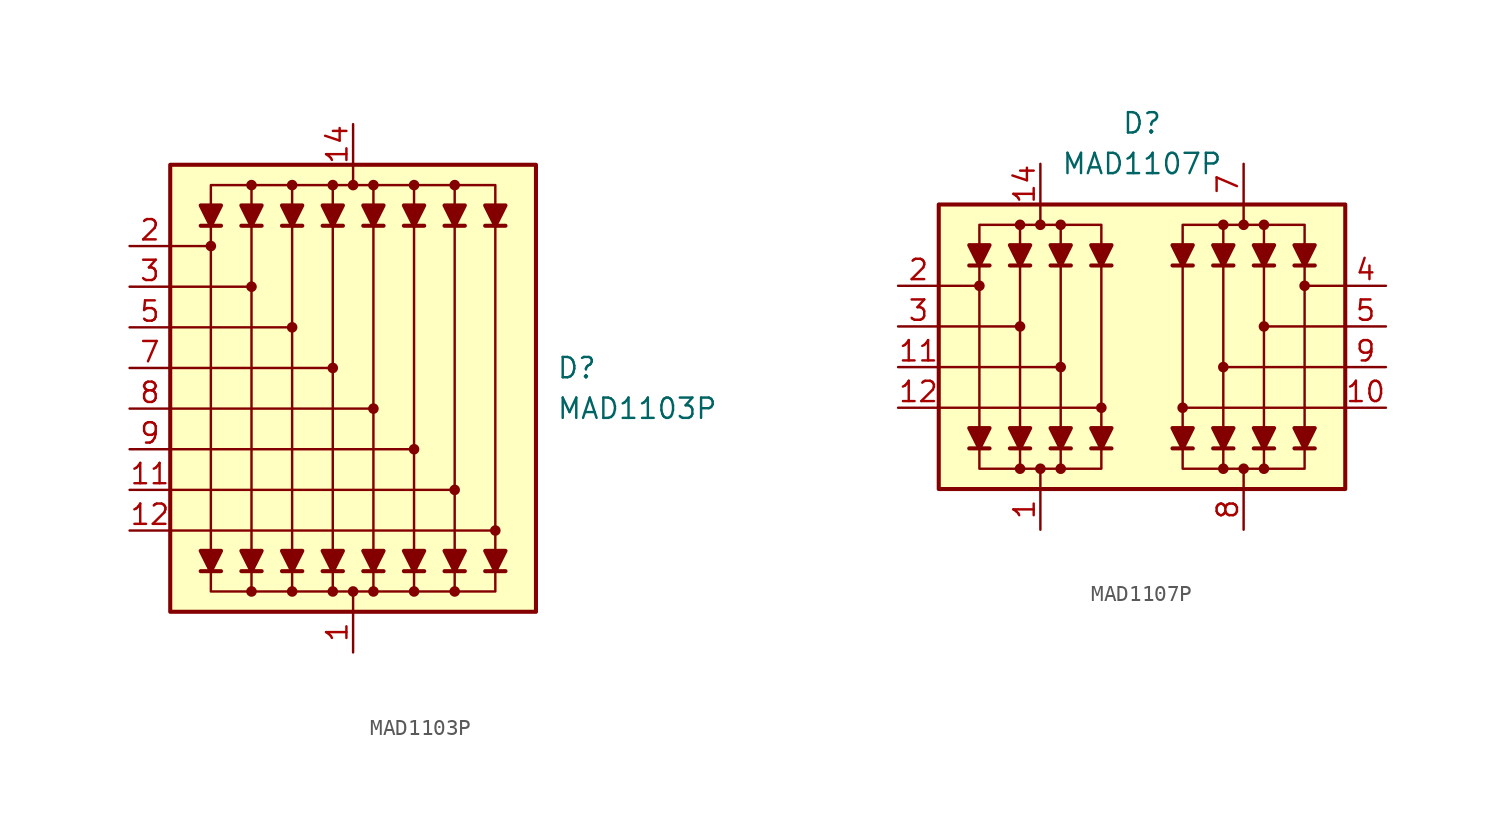
<source format=kicad_sym>
(kicad_symbol_lib
  (version 20231120)
  (generator "kicad_symbol_editor")
  (generator_version "8.0")
  (symbol "MAD1103P"
    (pin_names hide)
    (property "Reference" "D"
      (at 12.7 1.27 0)
      (effects (font (size 1.27 1.27)) (justify left)))
    (property "Value" "MAD1103P"
      (at 12.7 -1.27 0)
      (effects (font (size 1.27 1.27)) (justify left)))
    (symbol "MAD1103P_0_1"
      (rectangle (start -11.43 13.97) (end 11.43 -13.97) (stroke (width 0.254) (type default)) (fill (type background)))
      (circle (center -8.89 8.89) (radius 0.254) (stroke (width 0) (type default)) (fill (type outline)))
      (circle (center -6.35 -12.7) (radius 0.254) (stroke (width 0) (type default)) (fill (type outline)))
      (circle (center -6.35 6.35) (radius 0.254) (stroke (width 0) (type default)) (fill (type outline)))
      (circle (center -6.35 12.7) (radius 0.254) (stroke (width 0) (type default)) (fill (type outline)))
      (circle (center -3.81 -12.7) (radius 0.254) (stroke (width 0) (type default)) (fill (type outline)))
      (circle (center -3.81 3.81) (radius 0.254) (stroke (width 0) (type default)) (fill (type outline)))
      (circle (center -3.81 12.7) (radius 0.254) (stroke (width 0) (type default)) (fill (type outline)))
      (circle (center -1.27 -12.7) (radius 0.254) (stroke (width 0) (type default)) (fill (type outline)))
      (circle (center -1.27 1.27) (radius 0.254) (stroke (width 0) (type default)) (fill (type outline)))
      (circle (center -1.27 12.7) (radius 0.254) (stroke (width 0) (type default)) (fill (type outline)))
      (circle (center 0 -12.7) (radius 0.254) (stroke (width 0) (type default)) (fill (type outline)))
      (polyline (pts (xy -9.525 -11.43) (xy -8.255 -11.43)) (stroke (width 0.254) (type default)) (fill (type none)))
      (polyline (pts (xy -9.525 10.16) (xy -8.255 10.16)) (stroke (width 0.254) (type default)) (fill (type none)))
      (polyline (pts (xy -8.89 -10.16) (xy -8.89 10.16)) (stroke (width 0) (type default)) (fill (type none)))
      (polyline (pts (xy -8.89 8.89) (xy -11.43 8.89)) (stroke (width 0) (type default)) (fill (type none)))
      (polyline (pts (xy -6.985 -11.43) (xy -5.715 -11.43)) (stroke (width 0.254) (type default)) (fill (type none)))
      (polyline (pts (xy -6.985 10.16) (xy -5.715 10.16)) (stroke (width 0.254) (type default)) (fill (type none)))
      (polyline (pts (xy -6.35 -11.43) (xy -6.35 -12.7)) (stroke (width 0) (type default)) (fill (type none)))
      (polyline (pts (xy -6.35 -10.16) (xy -6.35 10.16)) (stroke (width 0) (type default)) (fill (type none)))
      (polyline (pts (xy -6.35 6.35) (xy -11.43 6.35)) (stroke (width 0) (type default)) (fill (type none)))
      (polyline (pts (xy -6.35 11.43) (xy -6.35 12.7)) (stroke (width 0) (type default)) (fill (type none)))
      (polyline (pts (xy -4.445 -11.43) (xy -3.175 -11.43)) (stroke (width 0.254) (type default)) (fill (type none)))
      (polyline (pts (xy -4.445 10.16) (xy -3.175 10.16)) (stroke (width 0.254) (type default)) (fill (type none)))
      (polyline (pts (xy -3.81 -11.43) (xy -3.81 -12.7)) (stroke (width 0) (type default)) (fill (type none)))
      (polyline (pts (xy -3.81 -10.16) (xy -3.81 10.16)) (stroke (width 0) (type default)) (fill (type none)))
      (polyline (pts (xy -3.81 3.81) (xy -11.43 3.81)) (stroke (width 0) (type default)) (fill (type none)))
      (polyline (pts (xy -3.81 11.43) (xy -3.81 12.7)) (stroke (width 0) (type default)) (fill (type none)))
      (polyline (pts (xy -1.905 -11.43) (xy -0.635 -11.43)) (stroke (width 0.254) (type default)) (fill (type none)))
      (polyline (pts (xy -1.905 10.16) (xy -0.635 10.16)) (stroke (width 0.254) (type default)) (fill (type none)))
      (polyline (pts (xy -1.27 -11.43) (xy -1.27 -12.7)) (stroke (width 0) (type default)) (fill (type none)))
      (polyline (pts (xy -1.27 -10.16) (xy -1.27 10.16)) (stroke (width 0) (type default)) (fill (type none)))
      (polyline (pts (xy -1.27 1.27) (xy -11.43 1.27)) (stroke (width 0) (type default)) (fill (type none)))
      (polyline (pts (xy -1.27 11.43) (xy -1.27 12.7)) (stroke (width 0) (type default)) (fill (type none)))
      (polyline (pts (xy 0 -13.97) (xy 0 -12.7)) (stroke (width 0) (type default)) (fill (type none)))
      (polyline (pts (xy 0 13.97) (xy 0 12.7)) (stroke (width 0) (type default)) (fill (type none)))
      (polyline (pts (xy 0.635 -11.43) (xy 1.905 -11.43)) (stroke (width 0.254) (type default)) (fill (type none)))
      (polyline (pts (xy 0.635 10.16) (xy 1.905 10.16)) (stroke (width 0.254) (type default)) (fill (type none)))
      (polyline (pts (xy 1.27 -11.43) (xy 1.27 -12.7)) (stroke (width 0) (type default)) (fill (type none)))
      (polyline (pts (xy 1.27 -10.16) (xy 1.27 10.16)) (stroke (width 0) (type default)) (fill (type none)))
      (polyline (pts (xy 1.27 -1.27) (xy -11.43 -1.27)) (stroke (width 0) (type default)) (fill (type none)))
      (polyline (pts (xy 1.27 11.43) (xy 1.27 12.7)) (stroke (width 0) (type default)) (fill (type none)))
      (polyline (pts (xy 3.175 -11.43) (xy 4.445 -11.43)) (stroke (width 0.254) (type default)) (fill (type none)))
      (polyline (pts (xy 3.175 10.16) (xy 4.445 10.16)) (stroke (width 0.254) (type default)) (fill (type none)))
      (polyline (pts (xy 3.81 -11.43) (xy 3.81 -12.7)) (stroke (width 0) (type default)) (fill (type none)))
      (polyline (pts (xy 3.81 -10.16) (xy 3.81 10.16)) (stroke (width 0) (type default)) (fill (type none)))
      (polyline (pts (xy 3.81 -3.81) (xy -11.43 -3.81)) (stroke (width 0) (type default)) (fill (type none)))
      (polyline (pts (xy 3.81 11.43) (xy 3.81 12.7)) (stroke (width 0) (type default)) (fill (type none)))
      (polyline (pts (xy 5.715 -11.43) (xy 6.985 -11.43)) (stroke (width 0.254) (type default)) (fill (type none)))
      (polyline (pts (xy 5.715 10.16) (xy 6.985 10.16)) (stroke (width 0.254) (type default)) (fill (type none)))
      (polyline (pts (xy 6.35 -11.43) (xy 6.35 -12.7)) (stroke (width 0) (type default)) (fill (type none)))
      (polyline (pts (xy 6.35 -10.16) (xy 6.35 10.16)) (stroke (width 0) (type default)) (fill (type none)))
      (polyline (pts (xy 6.35 -6.35) (xy -11.43 -6.35)) (stroke (width 0) (type default)) (fill (type none)))
      (polyline (pts (xy 6.35 11.43) (xy 6.35 12.7)) (stroke (width 0) (type default)) (fill (type none)))
      (polyline (pts (xy 8.255 -11.43) (xy 9.525 -11.43)) (stroke (width 0.254) (type default)) (fill (type none)))
      (polyline (pts (xy 8.255 10.16) (xy 9.525 10.16)) (stroke (width 0.254) (type default)) (fill (type none)))
      (polyline (pts (xy 8.89 -10.16) (xy 8.89 10.16)) (stroke (width 0) (type default)) (fill (type none)))
      (polyline (pts (xy 8.89 -8.89) (xy -11.43 -8.89)) (stroke (width 0) (type default)) (fill (type none)))
      (polyline (pts (xy -8.89 -11.43) (xy -9.525 -10.16) (xy -8.255 -10.16) (xy -8.89 -11.43)) (stroke (width 0.254) (type default)) (fill (type outline)))
      (polyline (pts (xy -8.89 10.16) (xy -9.525 11.43) (xy -8.255 11.43) (xy -8.89 10.16)) (stroke (width 0.254) (type default)) (fill (type outline)))
      (polyline (pts (xy -6.35 -11.43) (xy -6.985 -10.16) (xy -5.715 -10.16) (xy -6.35 -11.43)) (stroke (width 0.254) (type default)) (fill (type outline)))
      (polyline (pts (xy -6.35 10.16) (xy -6.985 11.43) (xy -5.715 11.43) (xy -6.35 10.16)) (stroke (width 0.254) (type default)) (fill (type outline)))
      (polyline (pts (xy -3.81 -11.43) (xy -4.445 -10.16) (xy -3.175 -10.16) (xy -3.81 -11.43)) (stroke (width 0.254) (type default)) (fill (type outline)))
      (polyline (pts (xy -3.81 10.16) (xy -4.445 11.43) (xy -3.175 11.43) (xy -3.81 10.16)) (stroke (width 0.254) (type default)) (fill (type outline)))
      (polyline (pts (xy -1.27 -11.43) (xy -1.905 -10.16) (xy -0.635 -10.16) (xy -1.27 -11.43)) (stroke (width 0.254) (type default)) (fill (type outline)))
      (polyline (pts (xy -1.27 10.16) (xy -1.905 11.43) (xy -0.635 11.43) (xy -1.27 10.16)) (stroke (width 0.254) (type default)) (fill (type outline)))
      (polyline (pts (xy 1.27 -11.43) (xy 0.635 -10.16) (xy 1.905 -10.16) (xy 1.27 -11.43)) (stroke (width 0.254) (type default)) (fill (type outline)))
      (polyline (pts (xy 1.27 10.16) (xy 0.635 11.43) (xy 1.905 11.43) (xy 1.27 10.16)) (stroke (width 0.254) (type default)) (fill (type outline)))
      (polyline (pts (xy 3.81 -11.43) (xy 3.175 -10.16) (xy 4.445 -10.16) (xy 3.81 -11.43)) (stroke (width 0.254) (type default)) (fill (type outline)))
      (polyline (pts (xy 3.81 10.16) (xy 3.175 11.43) (xy 4.445 11.43) (xy 3.81 10.16)) (stroke (width 0.254) (type default)) (fill (type outline)))
      (polyline (pts (xy 6.35 -11.43) (xy 5.715 -10.16) (xy 6.985 -10.16) (xy 6.35 -11.43)) (stroke (width 0.254) (type default)) (fill (type outline)))
      (polyline (pts (xy 6.35 10.16) (xy 5.715 11.43) (xy 6.985 11.43) (xy 6.35 10.16)) (stroke (width 0.254) (type default)) (fill (type outline)))
      (polyline (pts (xy 8.89 -11.43) (xy 8.255 -10.16) (xy 9.525 -10.16) (xy 8.89 -11.43)) (stroke (width 0.254) (type default)) (fill (type outline)))
      (polyline (pts (xy 8.89 -11.43) (xy 8.89 -12.7) (xy -8.89 -12.7) (xy -8.89 -11.43)) (stroke (width 0) (type default)) (fill (type none)))
      (polyline (pts (xy 8.89 10.16) (xy 8.255 11.43) (xy 9.525 11.43) (xy 8.89 10.16)) (stroke (width 0.254) (type default)) (fill (type outline)))
      (polyline (pts (xy 8.89 11.43) (xy 8.89 12.7) (xy -8.89 12.7) (xy -8.89 11.43)) (stroke (width 0) (type default)) (fill (type none)))
      (circle (center 0 12.7) (radius 0.254) (stroke (width 0) (type default)) (fill (type outline)))
      (circle (center 1.27 -12.7) (radius 0.254) (stroke (width 0) (type default)) (fill (type outline)))
      (circle (center 1.27 -1.27) (radius 0.254) (stroke (width 0) (type default)) (fill (type outline)))
      (circle (center 1.27 12.7) (radius 0.254) (stroke (width 0) (type default)) (fill (type outline)))
      (circle (center 3.81 -12.7) (radius 0.254) (stroke (width 0) (type default)) (fill (type outline)))
      (circle (center 3.81 -3.81) (radius 0.254) (stroke (width 0) (type default)) (fill (type outline)))
      (circle (center 3.81 12.7) (radius 0.254) (stroke (width 0) (type default)) (fill (type outline)))
      (circle (center 6.35 -12.7) (radius 0.254) (stroke (width 0) (type default)) (fill (type outline)))
      (circle (center 6.35 -6.35) (radius 0.254) (stroke (width 0) (type default)) (fill (type outline)))
      (circle (center 6.35 12.7) (radius 0.254) (stroke (width 0) (type default)) (fill (type outline)))
      (circle (center 8.89 -8.89) (radius 0.254) (stroke (width 0) (type default)) (fill (type outline))))
    (symbol "MAD1103P_1_1"
      (pin passive line (at 0 -16.51 90) (length 2.54) (name "A1" (effects (font (size 1.27 1.27)))) (number "1" (effects (font (size 1.27 1.27)))))
      (pin free line (at 0 -1.27 0) (length 2.54) hide (name "NC" (effects (font (size 1.27 1.27)))) (number "10" (effects (font (size 1.27 1.27)))))
      (pin passive line (at -13.97 -6.35 0) (length 2.54) (name "C7" (effects (font (size 1.27 1.27)))) (number "11" (effects (font (size 1.27 1.27)))))
      (pin passive line (at -13.97 -8.89 0) (length 2.54) (name "C8" (effects (font (size 1.27 1.27)))) (number "12" (effects (font (size 1.27 1.27)))))
      (pin free line (at 0 -3.81 0) (length 2.54) hide (name "NC" (effects (font (size 1.27 1.27)))) (number "13" (effects (font (size 1.27 1.27)))))
      (pin passive line (at 0 16.51 270) (length 2.54) (name "K1" (effects (font (size 1.27 1.27)))) (number "14" (effects (font (size 1.27 1.27)))))
      (pin passive line (at -13.97 8.89 0) (length 2.54) (name "C1" (effects (font (size 1.27 1.27)))) (number "2" (effects (font (size 1.27 1.27)))))
      (pin passive line (at -13.97 6.35 0) (length 2.54) (name "C2" (effects (font (size 1.27 1.27)))) (number "3" (effects (font (size 1.27 1.27)))))
      (pin free line (at 0 3.81 0) (length 2.54) hide (name "NC" (effects (font (size 1.27 1.27)))) (number "4" (effects (font (size 1.27 1.27)))))
      (pin passive line (at -13.97 3.81 0) (length 2.54) (name "C3" (effects (font (size 1.27 1.27)))) (number "5" (effects (font (size 1.27 1.27)))))
      (pin free line (at 0 1.27 0) (length 2.54) hide (name "NC" (effects (font (size 1.27 1.27)))) (number "6" (effects (font (size 1.27 1.27)))))
      (pin passive line (at -13.97 1.27 0) (length 2.54) (name "C4" (effects (font (size 1.27 1.27)))) (number "7" (effects (font (size 1.27 1.27)))))
      (pin passive line (at -13.97 -1.27 0) (length 2.54) (name "C5" (effects (font (size 1.27 1.27)))) (number "8" (effects (font (size 1.27 1.27)))))
      (pin passive line (at -13.97 -3.81 0) (length 2.54) (name "C6" (effects (font (size 1.27 1.27)))) (number "9" (effects (font (size 1.27 1.27)))))))
  (symbol "MAD1107P"
    (pin_names hide)
    (property "Reference" "D"
      (at 0 15.24 0)
      (effects (font (size 1.27 1.27))))
    (property "Value" "MAD1107P"
      (at 0 12.7 0)
      (effects (font (size 1.27 1.27))))
    (symbol "MAD1107P_0_1"
      (rectangle (start -12.7 10.16) (end 12.7 -7.62) (stroke (width 0.254) (type default)) (fill (type background)))
      (circle (center -10.16 5.08) (radius 0.254) (stroke (width 0) (type default)) (fill (type outline)))
      (circle (center -7.62 -6.35) (radius 0.254) (stroke (width 0) (type default)) (fill (type outline)))
      (circle (center -7.62 2.54) (radius 0.254) (stroke (width 0) (type default)) (fill (type outline)))
      (circle (center -7.62 8.89) (radius 0.254) (stroke (width 0) (type default)) (fill (type outline)))
      (circle (center -6.35 -6.35) (radius 0.254) (stroke (width 0) (type default)) (fill (type outline)))
      (circle (center -6.35 8.89) (radius 0.254) (stroke (width 0) (type default)) (fill (type outline)))
      (circle (center -5.08 -6.35) (radius 0.254) (stroke (width 0) (type default)) (fill (type outline)))
      (circle (center -5.08 0) (radius 0.254) (stroke (width 0) (type default)) (fill (type outline)))
      (circle (center -5.08 8.89) (radius 0.254) (stroke (width 0) (type default)) (fill (type outline)))
      (circle (center -2.54 -2.54) (radius 0.254) (stroke (width 0) (type default)) (fill (type outline)))
      (polyline (pts (xy -10.795 -5.08) (xy -9.525 -5.08)) (stroke (width 0.254) (type default)) (fill (type none)))
      (polyline (pts (xy -10.795 6.35) (xy -9.525 6.35)) (stroke (width 0.254) (type default)) (fill (type none)))
      (polyline (pts (xy -10.16 -3.81) (xy -10.16 6.35)) (stroke (width 0) (type default)) (fill (type none)))
      (polyline (pts (xy -10.16 5.08) (xy -12.7 5.08)) (stroke (width 0) (type default)) (fill (type none)))
      (polyline (pts (xy -8.255 -5.08) (xy -6.985 -5.08)) (stroke (width 0.254) (type default)) (fill (type none)))
      (polyline (pts (xy -8.255 6.35) (xy -6.985 6.35)) (stroke (width 0.254) (type default)) (fill (type none)))
      (polyline (pts (xy -7.62 -5.08) (xy -7.62 -6.35)) (stroke (width 0) (type default)) (fill (type none)))
      (polyline (pts (xy -7.62 -3.81) (xy -7.62 6.35)) (stroke (width 0) (type default)) (fill (type none)))
      (polyline (pts (xy -7.62 2.54) (xy -12.7 2.54)) (stroke (width 0) (type default)) (fill (type none)))
      (polyline (pts (xy -7.62 7.62) (xy -7.62 8.89)) (stroke (width 0) (type default)) (fill (type none)))
      (polyline (pts (xy -6.35 -7.62) (xy -6.35 -6.35)) (stroke (width 0) (type default)) (fill (type none)))
      (polyline (pts (xy -6.35 10.16) (xy -6.35 8.89)) (stroke (width 0) (type default)) (fill (type none)))
      (polyline (pts (xy -5.715 -5.08) (xy -4.445 -5.08)) (stroke (width 0.254) (type default)) (fill (type none)))
      (polyline (pts (xy -5.715 6.35) (xy -4.445 6.35)) (stroke (width 0.254) (type default)) (fill (type none)))
      (polyline (pts (xy -5.08 -5.08) (xy -5.08 -6.35)) (stroke (width 0) (type default)) (fill (type none)))
      (polyline (pts (xy -5.08 -3.81) (xy -5.08 6.35)) (stroke (width 0) (type default)) (fill (type none)))
      (polyline (pts (xy -5.08 0) (xy -12.7 0)) (stroke (width 0) (type default)) (fill (type none)))
      (polyline (pts (xy -5.08 7.62) (xy -5.08 8.89)) (stroke (width 0) (type default)) (fill (type none)))
      (polyline (pts (xy -3.175 -5.08) (xy -1.905 -5.08)) (stroke (width 0.254) (type default)) (fill (type none)))
      (polyline (pts (xy -3.175 6.35) (xy -1.905 6.35)) (stroke (width 0.254) (type default)) (fill (type none)))
      (polyline (pts (xy -2.54 -3.81) (xy -2.54 6.35)) (stroke (width 0) (type default)) (fill (type none)))
      (polyline (pts (xy -2.54 -2.54) (xy -12.7 -2.54)) (stroke (width 0) (type default)) (fill (type none)))
      (polyline (pts (xy 2.54 -3.81) (xy 2.54 6.35)) (stroke (width 0) (type default)) (fill (type none)))
      (polyline (pts (xy 2.54 -2.54) (xy 12.7 -2.54)) (stroke (width 0) (type default)) (fill (type none)))
      (polyline (pts (xy 3.175 -5.08) (xy 1.905 -5.08)) (stroke (width 0.254) (type default)) (fill (type none)))
      (polyline (pts (xy 3.175 6.35) (xy 1.905 6.35)) (stroke (width 0.254) (type default)) (fill (type none)))
      (polyline (pts (xy 5.08 -5.08) (xy 5.08 -6.35)) (stroke (width 0) (type default)) (fill (type none)))
      (polyline (pts (xy 5.08 -3.81) (xy 5.08 6.35)) (stroke (width 0) (type default)) (fill (type none)))
      (polyline (pts (xy 5.08 0) (xy 12.7 0)) (stroke (width 0) (type default)) (fill (type none)))
      (polyline (pts (xy 5.08 7.62) (xy 5.08 8.89)) (stroke (width 0) (type default)) (fill (type none)))
      (polyline (pts (xy 5.715 -5.08) (xy 4.445 -5.08)) (stroke (width 0.254) (type default)) (fill (type none)))
      (polyline (pts (xy 5.715 6.35) (xy 4.445 6.35)) (stroke (width 0.254) (type default)) (fill (type none)))
      (polyline (pts (xy 6.35 -7.62) (xy 6.35 -6.35)) (stroke (width 0) (type default)) (fill (type none)))
      (polyline (pts (xy 6.35 10.16) (xy 6.35 8.89)) (stroke (width 0) (type default)) (fill (type none)))
      (polyline (pts (xy 7.62 -5.08) (xy 7.62 -6.35)) (stroke (width 0) (type default)) (fill (type none)))
      (polyline (pts (xy 7.62 -3.81) (xy 7.62 6.35)) (stroke (width 0) (type default)) (fill (type none)))
      (polyline (pts (xy 7.62 2.54) (xy 12.7 2.54)) (stroke (width 0) (type default)) (fill (type none)))
      (polyline (pts (xy 7.62 7.62) (xy 7.62 8.89)) (stroke (width 0) (type default)) (fill (type none)))
      (polyline (pts (xy 8.255 -5.08) (xy 6.985 -5.08)) (stroke (width 0.254) (type default)) (fill (type none)))
      (polyline (pts (xy 8.255 6.35) (xy 6.985 6.35)) (stroke (width 0.254) (type default)) (fill (type none)))
      (polyline (pts (xy 10.16 -3.81) (xy 10.16 6.35)) (stroke (width 0) (type default)) (fill (type none)))
      (polyline (pts (xy 10.16 5.08) (xy 12.7 5.08)) (stroke (width 0) (type default)) (fill (type none)))
      (polyline (pts (xy 10.795 -5.08) (xy 9.525 -5.08)) (stroke (width 0.254) (type default)) (fill (type none)))
      (polyline (pts (xy 10.795 6.35) (xy 9.525 6.35)) (stroke (width 0.254) (type default)) (fill (type none)))
      (polyline (pts (xy -10.16 -5.08) (xy -10.795 -3.81) (xy -9.525 -3.81) (xy -10.16 -5.08)) (stroke (width 0.254) (type default)) (fill (type outline)))
      (polyline (pts (xy -10.16 6.35) (xy -10.795 7.62) (xy -9.525 7.62) (xy -10.16 6.35)) (stroke (width 0.254) (type default)) (fill (type outline)))
      (polyline (pts (xy -7.62 -5.08) (xy -8.255 -3.81) (xy -6.985 -3.81) (xy -7.62 -5.08)) (stroke (width 0.254) (type default)) (fill (type outline)))
      (polyline (pts (xy -7.62 6.35) (xy -8.255 7.62) (xy -6.985 7.62) (xy -7.62 6.35)) (stroke (width 0.254) (type default)) (fill (type outline)))
      (polyline (pts (xy -5.08 -5.08) (xy -5.715 -3.81) (xy -4.445 -3.81) (xy -5.08 -5.08)) (stroke (width 0.254) (type default)) (fill (type outline)))
      (polyline (pts (xy -5.08 6.35) (xy -5.715 7.62) (xy -4.445 7.62) (xy -5.08 6.35)) (stroke (width 0.254) (type default)) (fill (type outline)))
      (polyline (pts (xy -2.54 -5.08) (xy -3.175 -3.81) (xy -1.905 -3.81) (xy -2.54 -5.08)) (stroke (width 0.254) (type default)) (fill (type outline)))
      (polyline (pts (xy -2.54 -5.08) (xy -2.54 -6.35) (xy -10.16 -6.35) (xy -10.16 -5.08)) (stroke (width 0) (type default)) (fill (type none)))
      (polyline (pts (xy -2.54 6.35) (xy -3.175 7.62) (xy -1.905 7.62) (xy -2.54 6.35)) (stroke (width 0.254) (type default)) (fill (type outline)))
      (polyline (pts (xy -2.54 7.62) (xy -2.54 8.89) (xy -10.16 8.89) (xy -10.16 7.62)) (stroke (width 0) (type default)) (fill (type none)))
      (polyline (pts (xy 2.54 -5.08) (xy 2.54 -6.35) (xy 10.16 -6.35) (xy 10.16 -5.08)) (stroke (width 0) (type default)) (fill (type none)))
      (polyline (pts (xy 2.54 -5.08) (xy 3.175 -3.81) (xy 1.905 -3.81) (xy 2.54 -5.08)) (stroke (width 0.254) (type default)) (fill (type outline)))
      (polyline (pts (xy 2.54 6.35) (xy 3.175 7.62) (xy 1.905 7.62) (xy 2.54 6.35)) (stroke (width 0.254) (type default)) (fill (type outline)))
      (polyline (pts (xy 2.54 7.62) (xy 2.54 8.89) (xy 10.16 8.89) (xy 10.16 7.62)) (stroke (width 0) (type default)) (fill (type none)))
      (polyline (pts (xy 5.08 -5.08) (xy 5.715 -3.81) (xy 4.445 -3.81) (xy 5.08 -5.08)) (stroke (width 0.254) (type default)) (fill (type outline)))
      (polyline (pts (xy 5.08 6.35) (xy 5.715 7.62) (xy 4.445 7.62) (xy 5.08 6.35)) (stroke (width 0.254) (type default)) (fill (type outline)))
      (polyline (pts (xy 7.62 -5.08) (xy 8.255 -3.81) (xy 6.985 -3.81) (xy 7.62 -5.08)) (stroke (width 0.254) (type default)) (fill (type outline)))
      (polyline (pts (xy 7.62 6.35) (xy 8.255 7.62) (xy 6.985 7.62) (xy 7.62 6.35)) (stroke (width 0.254) (type default)) (fill (type outline)))
      (polyline (pts (xy 10.16 -5.08) (xy 10.795 -3.81) (xy 9.525 -3.81) (xy 10.16 -5.08)) (stroke (width 0.254) (type default)) (fill (type outline)))
      (polyline (pts (xy 10.16 6.35) (xy 10.795 7.62) (xy 9.525 7.62) (xy 10.16 6.35)) (stroke (width 0.254) (type default)) (fill (type outline)))
      (circle (center 2.54 -2.54) (radius 0.254) (stroke (width 0) (type default)) (fill (type outline)))
      (circle (center 5.08 -6.35) (radius 0.254) (stroke (width 0) (type default)) (fill (type outline)))
      (circle (center 5.08 0) (radius 0.254) (stroke (width 0) (type default)) (fill (type outline)))
      (circle (center 5.08 8.89) (radius 0.254) (stroke (width 0) (type default)) (fill (type outline)))
      (circle (center 6.35 -6.35) (radius 0.254) (stroke (width 0) (type default)) (fill (type outline)))
      (circle (center 6.35 8.89) (radius 0.254) (stroke (width 0) (type default)) (fill (type outline)))
      (circle (center 7.62 -6.35) (radius 0.254) (stroke (width 0) (type default)) (fill (type outline)))
      (circle (center 7.62 2.54) (radius 0.254) (stroke (width 0) (type default)) (fill (type outline)))
      (circle (center 7.62 8.89) (radius 0.254) (stroke (width 0) (type default)) (fill (type outline)))
      (circle (center 10.16 5.08) (radius 0.254) (stroke (width 0) (type default)) (fill (type outline))))
    (symbol "MAD1107P_1_1"
      (pin passive line (at -6.35 -10.16 90) (length 2.54) (name "A1" (effects (font (size 1.27 1.27)))) (number "1" (effects (font (size 1.27 1.27)))))
      (pin passive line (at 15.24 -2.54 180) (length 2.54) (name "C2-4" (effects (font (size 1.27 1.27)))) (number "10" (effects (font (size 1.27 1.27)))))
      (pin passive line (at -15.24 0 0) (length 2.54) (name "C1-3" (effects (font (size 1.27 1.27)))) (number "11" (effects (font (size 1.27 1.27)))))
      (pin passive line (at -15.24 -2.54 0) (length 2.54) (name "C1-4" (effects (font (size 1.27 1.27)))) (number "12" (effects (font (size 1.27 1.27)))))
      (pin free line (at 0 -1.27 0) (length 2.54) hide (name "NC" (effects (font (size 1.27 1.27)))) (number "13" (effects (font (size 1.27 1.27)))))
      (pin passive line (at -6.35 12.7 270) (length 2.54) (name "K1" (effects (font (size 1.27 1.27)))) (number "14" (effects (font (size 1.27 1.27)))))
      (pin passive line (at -15.24 5.08 0) (length 2.54) (name "C1-1" (effects (font (size 1.27 1.27)))) (number "2" (effects (font (size 1.27 1.27)))))
      (pin passive line (at -15.24 2.54 0) (length 2.54) (name "C1-2" (effects (font (size 1.27 1.27)))) (number "3" (effects (font (size 1.27 1.27)))))
      (pin passive line (at 15.24 5.08 180) (length 2.54) (name "C2-1" (effects (font (size 1.27 1.27)))) (number "4" (effects (font (size 1.27 1.27)))))
      (pin passive line (at 15.24 2.54 180) (length 2.54) (name "C2-2" (effects (font (size 1.27 1.27)))) (number "5" (effects (font (size 1.27 1.27)))))
      (pin free line (at 0 1.27 0) (length 2.54) hide (name "NC" (effects (font (size 1.27 1.27)))) (number "6" (effects (font (size 1.27 1.27)))))
      (pin passive line (at 6.35 12.7 270) (length 2.54) (name "K2" (effects (font (size 1.27 1.27)))) (number "7" (effects (font (size 1.27 1.27)))))
      (pin passive line (at 6.35 -10.16 90) (length 2.54) (name "A2" (effects (font (size 1.27 1.27)))) (number "8" (effects (font (size 1.27 1.27)))))
      (pin passive line (at 15.24 0 180) (length 2.54) (name "C2-3" (effects (font (size 1.27 1.27)))) (number "9" (effects (font (size 1.27 1.27))))))))
</source>
